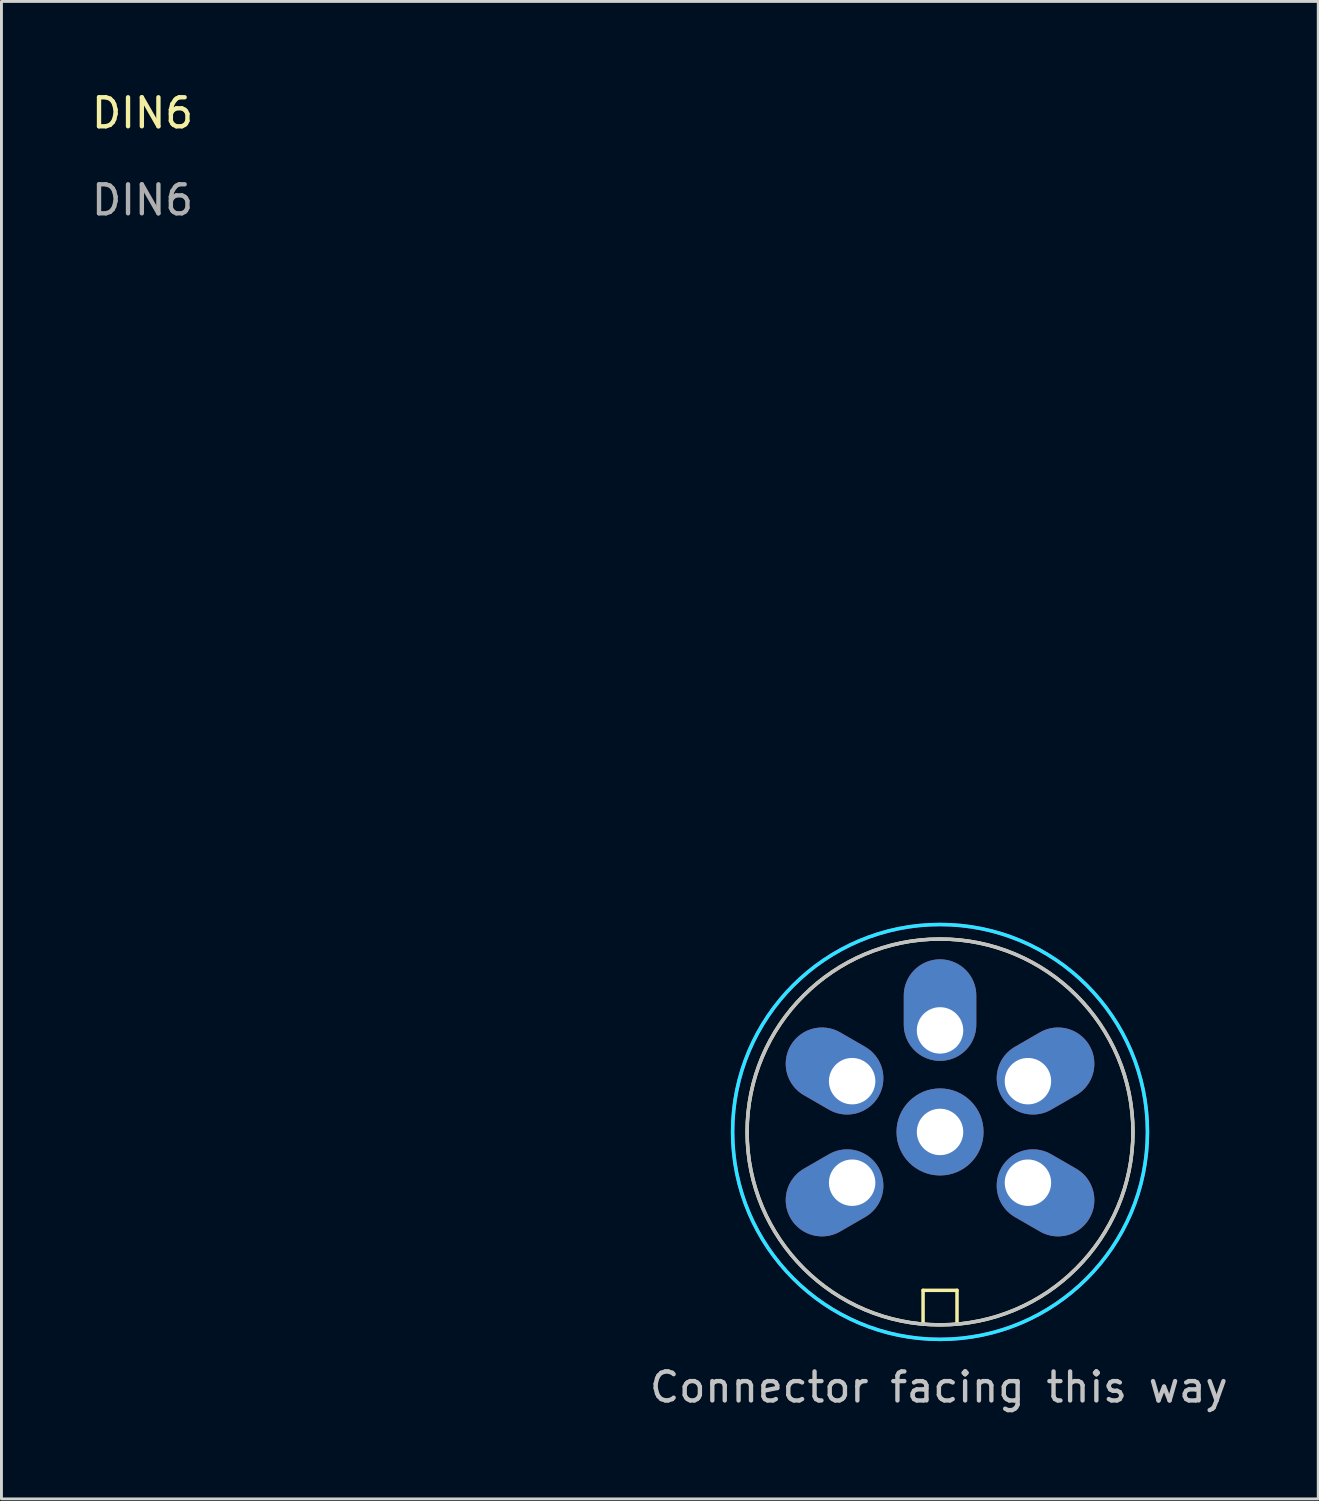
<source format=kicad_pcb>
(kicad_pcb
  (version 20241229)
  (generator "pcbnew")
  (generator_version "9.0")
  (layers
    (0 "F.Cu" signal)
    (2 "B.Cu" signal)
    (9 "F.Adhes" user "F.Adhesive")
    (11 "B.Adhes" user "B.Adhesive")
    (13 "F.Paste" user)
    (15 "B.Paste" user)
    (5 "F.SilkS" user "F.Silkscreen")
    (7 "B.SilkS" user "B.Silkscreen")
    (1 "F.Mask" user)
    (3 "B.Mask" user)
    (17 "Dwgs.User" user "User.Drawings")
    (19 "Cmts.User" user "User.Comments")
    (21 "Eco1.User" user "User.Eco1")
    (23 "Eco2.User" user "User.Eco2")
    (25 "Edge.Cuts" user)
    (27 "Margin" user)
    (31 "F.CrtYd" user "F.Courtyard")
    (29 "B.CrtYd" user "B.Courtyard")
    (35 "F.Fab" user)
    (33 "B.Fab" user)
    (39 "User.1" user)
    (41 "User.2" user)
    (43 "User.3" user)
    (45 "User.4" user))
  (footprint "DIN6"
    (layer "F.Cu")
    (at 29.353 35.968)
    (property "Reference" "DIN6" (at -27.49 -35.12 0) (unlocked yes) (layer "F.SilkS") (effects (font (size 1 1) (thickness 0.15))))
    (attr through_hole)
    (fp_line (start -0.585 5.46) (end 0.585 5.46) (stroke (width 0.12) (type solid)) (layer "F.SilkS"))
    (fp_line (start -0.585 6.62) (end -0.585 5.46) (stroke (width 0.12) (type solid)) (layer "F.SilkS"))
    (fp_line (start 0.585 5.46) (end 0.585 6.6) (stroke (width 0.12) (type solid)) (layer "F.SilkS"))
    (fp_circle (center 0 0) (end 6.65 0) (stroke (width 0.12) (type solid)) (fill no) (layer "F.SilkS"))
    (fp_circle (center 0 0) (end 6.65 0) (stroke (width 0.12) (type solid)) (fill no) (layer "Dwgs.User"))
    (fp_circle (center 0 0) (end 7.15 0) (stroke (width 0.12) (type solid)) (fill no) (layer "B.CrtYd"))
    (fp_circle (center 0 0) (end 7.15 0) (stroke (width 0.12) (type solid)) (fill no) (layer "F.CrtYd"))
    (fp_text user "Connector facing this way" (at -0.04 8.8 0) (unlocked yes) (layer "Dwgs.User") (effects (font (size 1 1) (thickness 0.15))))
    (fp_text user "${REFERENCE}" (at -27.49 -32.12 0) (unlocked yes) (layer "F.Fab") (effects (font (size 1 1) (thickness 0.15))))
    (pad "1" thru_hole oval (at 3.03 1.75 330) (size 3.5 2.5) (drill 1.6 (offset 0.7 0)) (layers "*.Cu" "*.Mask"))
    (pad "2" thru_hole oval (at 3.03 -1.75 30) (size 3.5 2.5) (drill 1.6 (offset 0.7 0)) (layers "*.Cu" "*.Mask"))
    (pad "3" thru_hole oval (at 0 -3.5 90) (size 3.5 2.5) (drill 1.6 (offset 0.7 0)) (layers "*.Cu" "*.Mask"))
    (pad "4" thru_hole oval (at -3.03 -1.75 150) (size 3.5 2.5) (drill 1.6 (offset 0.7 0)) (layers "*.Cu" "*.Mask"))
    (pad "5" thru_hole oval (at -3.03 1.75 210) (size 3.5 2.5) (drill 1.6 (offset 0.7 0)) (layers "*.Cu" "*.Mask"))
    (pad "6" thru_hole circle (at 0 0 330) (size 3 3) (drill 1.6) (layers "*.Cu" "*.Mask")))
  (gr_rect
    (start -3 -3)
    (end 42.39 48.617)
    (stroke (width 0.1) (type default))
    (fill no)
    (layer "Edge.Cuts")))
</source>
